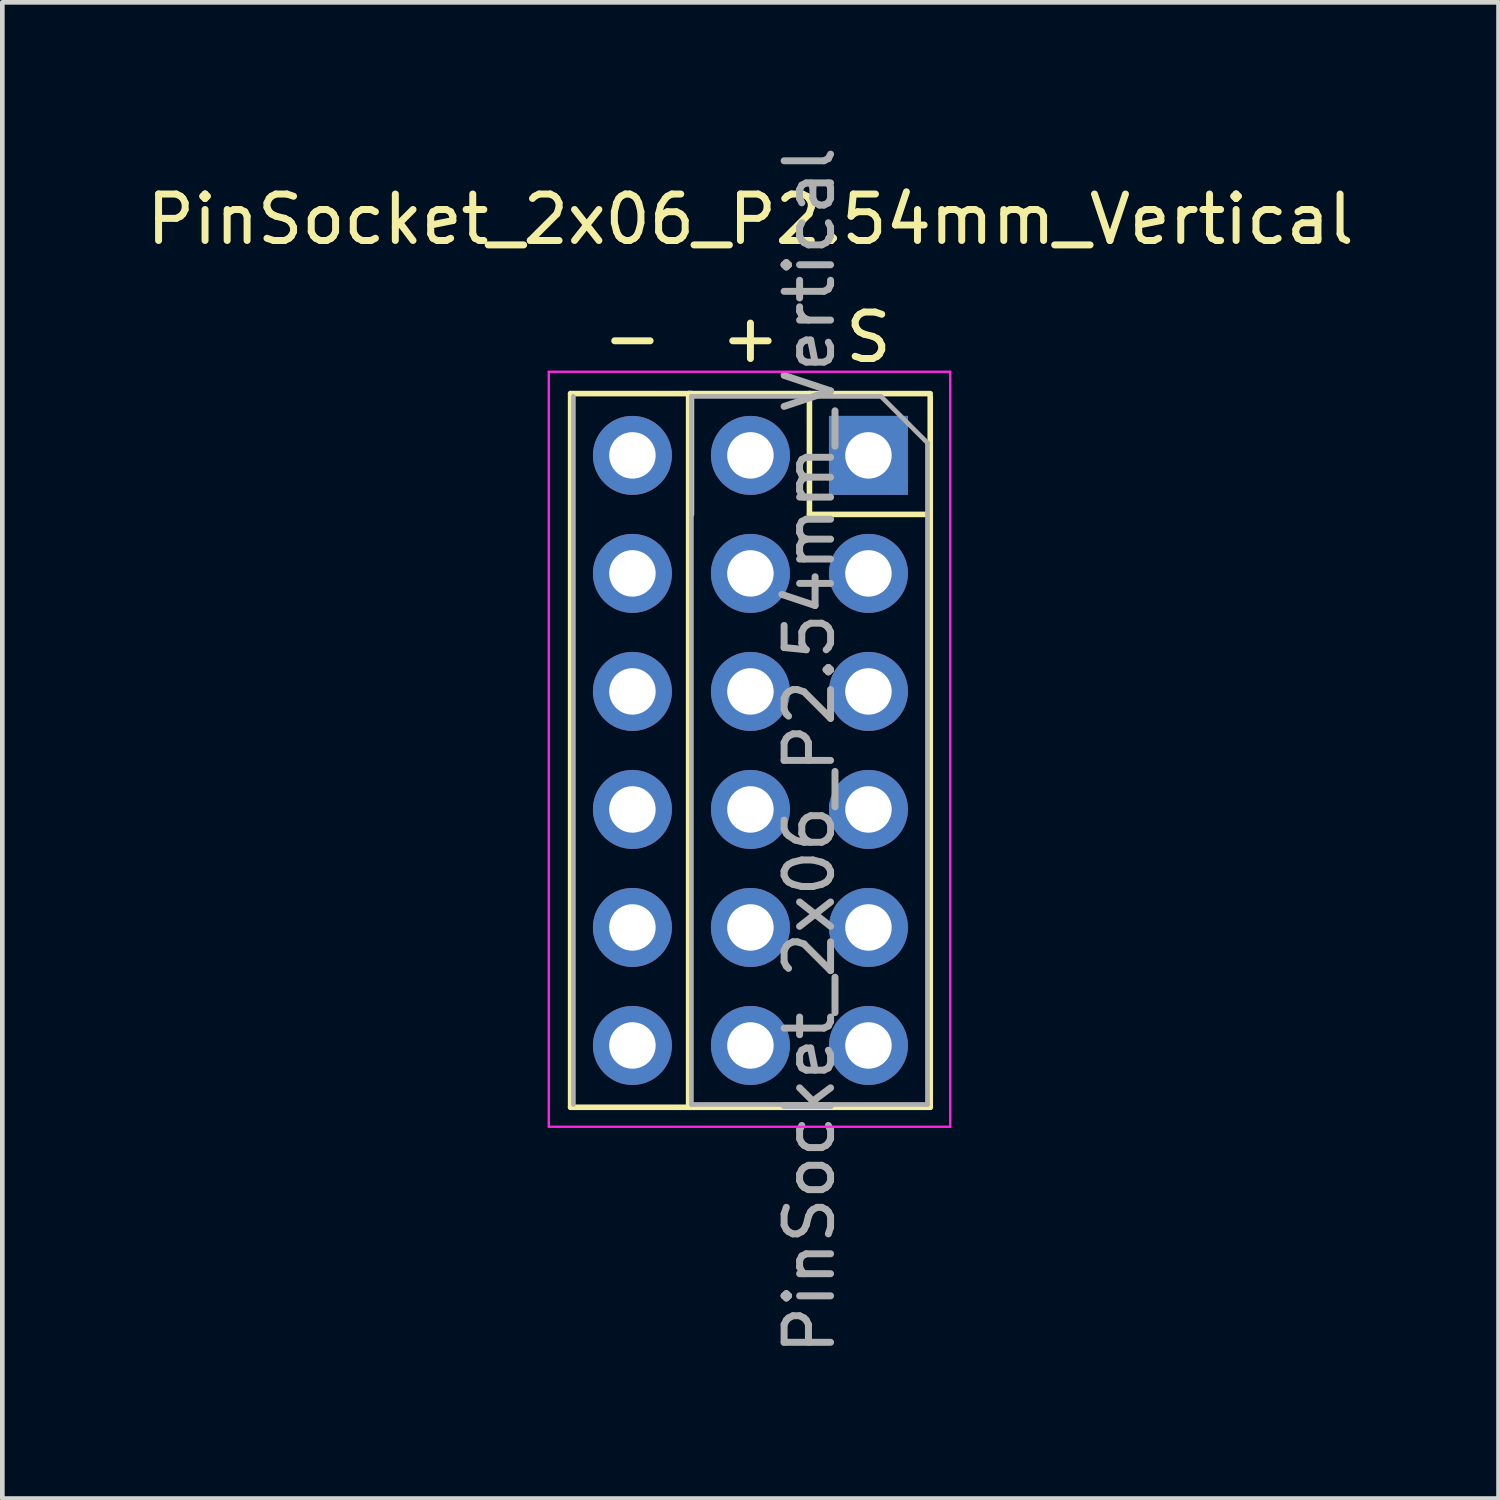
<source format=kicad_pcb>
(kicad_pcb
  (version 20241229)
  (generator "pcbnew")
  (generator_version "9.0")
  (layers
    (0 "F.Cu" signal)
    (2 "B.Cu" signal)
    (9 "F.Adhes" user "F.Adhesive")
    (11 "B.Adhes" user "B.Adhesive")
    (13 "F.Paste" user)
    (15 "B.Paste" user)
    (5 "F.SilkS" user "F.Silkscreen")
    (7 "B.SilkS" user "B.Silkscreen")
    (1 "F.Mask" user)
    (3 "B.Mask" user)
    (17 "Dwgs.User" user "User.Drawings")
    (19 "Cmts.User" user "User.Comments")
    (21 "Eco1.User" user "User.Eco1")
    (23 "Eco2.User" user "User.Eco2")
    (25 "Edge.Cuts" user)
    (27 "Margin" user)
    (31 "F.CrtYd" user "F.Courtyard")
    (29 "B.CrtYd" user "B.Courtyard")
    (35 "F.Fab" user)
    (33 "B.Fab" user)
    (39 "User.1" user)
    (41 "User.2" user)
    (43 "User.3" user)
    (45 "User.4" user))
  (footprint "PinSocket_2x06_P2.54mm_Vertical"
    (layer "F.Cu")
    (at 15.641 6.751)
    (property "Reference" "PinSocket_2x06_P2.54mm_Vertical" (at -2.54 -5.08 0) (layer "F.SilkS") (effects (font (size 1 1) (thickness 0.15))))
    (attr through_hole)
    (fp_line (start -6.41 -1.33) (end -6.41 14.03) (stroke (width 0.12) (type solid)) (layer "F.SilkS"))
    (fp_line (start -6.41 -1.33) (end -3.81 -1.33) (stroke (width 0.12) (type solid)) (layer "F.SilkS"))
    (fp_line (start -6.41 14.03) (end -3.87 14.03) (stroke (width 0.12) (type solid)) (layer "F.SilkS"))
    (fp_line (start -3.87 -1.33) (end -3.87 14.03) (stroke (width 0.12) (type solid)) (layer "F.SilkS"))
    (fp_line (start -3.87 -1.33) (end -1.27 -1.33) (stroke (width 0.12) (type solid)) (layer "F.SilkS"))
    (fp_line (start -3.87 14.03) (end 1.33 14.03) (stroke (width 0.12) (type solid)) (layer "F.SilkS"))
    (fp_line (start -3.81 -1.33) (end -3.81 1.27) (stroke (width 0.12) (type solid)) (layer "F.SilkS"))
    (fp_line (start -1.27 -1.33) (end -1.27 1.27) (stroke (width 0.12) (type solid)) (layer "F.SilkS"))
    (fp_line (start -1.27 -1.33) (end 1.33 -1.33) (stroke (width 0.12) (type solid)) (layer "F.SilkS"))
    (fp_line (start -1.27 1.27) (end 1.33 1.27) (stroke (width 0.12) (type solid)) (layer "F.SilkS"))
    (fp_line (start 1.33 -1.27) (end 1.33 1.27) (stroke (width 0.12) (type solid)) (layer "F.SilkS"))
    (fp_line (start 1.33 1.27) (end 1.33 14.03) (stroke (width 0.12) (type solid)) (layer "F.SilkS"))
    (fp_line (start -6.88 -1.8) (end 1.76 -1.8) (stroke (width 0.05) (type solid)) (layer "F.CrtYd"))
    (fp_line (start -6.88 14.45) (end -6.88 -1.8) (stroke (width 0.05) (type solid)) (layer "F.CrtYd"))
    (fp_line (start 1.76 -1.8) (end 1.76 14.45) (stroke (width 0.05) (type solid)) (layer "F.CrtYd"))
    (fp_line (start 1.76 14.45) (end -6.88 14.45) (stroke (width 0.05) (type solid)) (layer "F.CrtYd"))
    (fp_line (start -6.35 13.97) (end -6.35 -1.27) (stroke (width 0.1) (type solid)) (layer "F.Fab"))
    (fp_line (start -3.81 -1.27) (end 0.27 -1.27) (stroke (width 0.1) (type solid)) (layer "F.Fab"))
    (fp_line (start -3.81 13.97) (end -3.81 -1.27) (stroke (width 0.1) (type solid)) (layer "F.Fab"))
    (fp_line (start 0.27 -1.27) (end 1.27 -0.27) (stroke (width 0.1) (type solid)) (layer "F.Fab"))
    (fp_line (start 1.27 -0.27) (end 1.27 13.97) (stroke (width 0.1) (type solid)) (layer "F.Fab"))
    (fp_line (start 1.27 13.97) (end -3.81 13.97) (stroke (width 0.1) (type solid)) (layer "F.Fab"))
    (fp_text user "-" (at -5.08 -2.54 0) (layer "F.SilkS") (effects (font (size 1 1) (thickness 0.15))))
    (fp_text user "+" (at -2.54 -2.54 0) (layer "F.SilkS") (effects (font (size 1 1) (thickness 0.15))))
    (fp_text user "S" (at 0 -2.54 0) (layer "F.SilkS") (effects (font (size 1 1) (thickness 0.15))))
    (fp_text user "${REFERENCE}" (at -1.27 6.35 90) (layer "F.Fab") (effects (font (size 1 1) (thickness 0.15))))
    (pad "1" thru_hole rect (at 0 0) (size 1.7 1.7) (drill 1) (layers "*.Cu" "*.Mask"))
    (pad "2" thru_hole oval (at -2.54 0) (size 1.7 1.7) (drill 1) (layers "*.Cu" "*.Mask"))
    (pad "3" thru_hole oval (at -5.08 0) (size 1.7 1.7) (drill 1) (layers "*.Cu" "*.Mask"))
    (pad "4" thru_hole oval (at 0 2.54) (size 1.7 1.7) (drill 1) (layers "*.Cu" "*.Mask"))
    (pad "5" thru_hole oval (at -2.54 2.54) (size 1.7 1.7) (drill 1) (layers "*.Cu" "*.Mask"))
    (pad "6" thru_hole oval (at -5.08 2.54) (size 1.7 1.7) (drill 1) (layers "*.Cu" "*.Mask"))
    (pad "7" thru_hole oval (at 0 5.08) (size 1.7 1.7) (drill 1) (layers "*.Cu" "*.Mask"))
    (pad "8" thru_hole oval (at -2.54 5.08) (size 1.7 1.7) (drill 1) (layers "*.Cu" "*.Mask"))
    (pad "9" thru_hole oval (at -5.08 5.08) (size 1.7 1.7) (drill 1) (layers "*.Cu" "*.Mask"))
    (pad "10" thru_hole oval (at 0 7.62) (size 1.7 1.7) (drill 1) (layers "*.Cu" "*.Mask"))
    (pad "11" thru_hole oval (at -2.54 7.62) (size 1.7 1.7) (drill 1) (layers "*.Cu" "*.Mask"))
    (pad "12" thru_hole oval (at -5.08 7.62) (size 1.7 1.7) (drill 1) (layers "*.Cu" "*.Mask"))
    (pad "13" thru_hole oval (at 0 10.16) (size 1.7 1.7) (drill 1) (layers "*.Cu" "*.Mask"))
    (pad "14" thru_hole oval (at -2.54 10.16) (size 1.7 1.7) (drill 1) (layers "*.Cu" "*.Mask"))
    (pad "15" thru_hole oval (at -5.08 10.16) (size 1.7 1.7) (drill 1) (layers "*.Cu" "*.Mask"))
    (pad "16" thru_hole oval (at 0 12.7) (size 1.7 1.7) (drill 1) (layers "*.Cu" "*.Mask"))
    (pad "17" thru_hole oval (at -2.54 12.7) (size 1.7 1.7) (drill 1) (layers "*.Cu" "*.Mask"))
    (pad "18" thru_hole oval (at -5.08 12.7) (size 1.7 1.7) (drill 1) (layers "*.Cu" "*.Mask")))
  (gr_rect
    (start -3 -3)
    (end 29.202 29.202)
    (stroke (width 0.1) (type default))
    (fill no)
    (layer "Edge.Cuts")))
</source>
